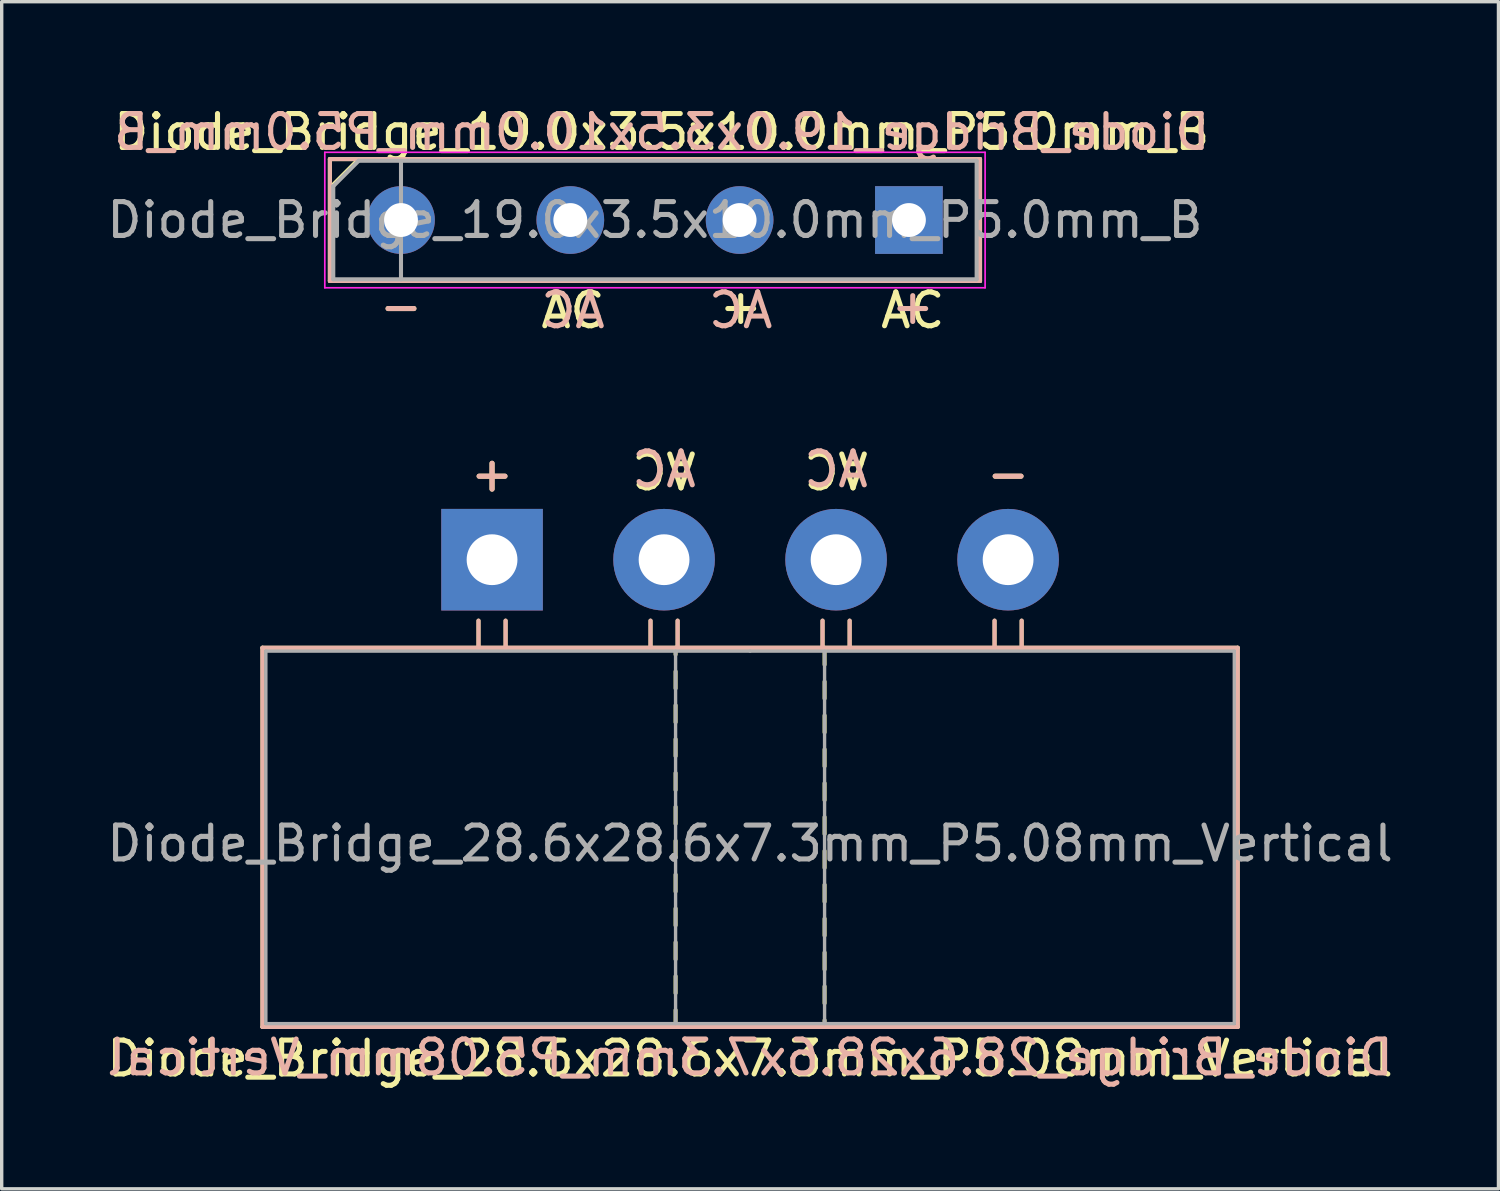
<source format=kicad_pcb>
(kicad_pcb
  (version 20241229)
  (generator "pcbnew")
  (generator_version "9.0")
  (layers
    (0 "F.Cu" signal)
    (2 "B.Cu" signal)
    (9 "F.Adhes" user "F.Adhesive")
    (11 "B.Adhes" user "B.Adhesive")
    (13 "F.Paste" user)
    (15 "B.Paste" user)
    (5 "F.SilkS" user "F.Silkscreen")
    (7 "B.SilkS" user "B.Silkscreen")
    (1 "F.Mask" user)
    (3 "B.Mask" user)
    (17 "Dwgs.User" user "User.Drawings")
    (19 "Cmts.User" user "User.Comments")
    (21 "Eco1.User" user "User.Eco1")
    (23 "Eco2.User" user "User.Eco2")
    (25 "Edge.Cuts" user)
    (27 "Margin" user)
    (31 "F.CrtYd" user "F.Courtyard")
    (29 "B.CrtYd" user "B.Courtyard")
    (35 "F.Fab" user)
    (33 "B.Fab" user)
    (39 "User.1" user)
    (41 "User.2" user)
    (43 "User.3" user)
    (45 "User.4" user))
  (footprint "Diode_Bridge_19.0x3.5x10.0mm_P5.0mm_B"
    (layer "F.Cu")
    (at 23.792 3.448)
    (property "Reference" "Diode_Bridge_19.0x3.5x10.0mm_P5.0mm_B" (at -7.3 -2.6 180) (layer "F.SilkS") (effects (font (size 1 1) (thickness 0.15))))
    (attr through_hole)
    (fp_line (start -17.1 -1.8) (end 2.1 -1.8) (stroke (width 0.12) (type solid)) (layer "F.SilkS"))
    (fp_line (start -17.1 1.8) (end -17.1 -1.8) (stroke (width 0.12) (type solid)) (layer "F.SilkS"))
    (fp_line (start -16.27 -1.778) (end -17.032 -1.016) (stroke (width 0.12) (type solid)) (layer "F.SilkS"))
    (fp_line (start 2.1 -1.8) (end 2.1 1.8) (stroke (width 0.12) (type solid)) (layer "F.SilkS"))
    (fp_line (start 2.1 1.8) (end -17.1 1.8) (stroke (width 0.12) (type solid)) (layer "F.SilkS"))
    (fp_line (start -17.1 -1.8) (end 2.1 -1.8) (stroke (width 0.12) (type solid)) (layer "B.SilkS"))
    (fp_line (start -17.1 1.8) (end -17.1 -1.8) (stroke (width 0.12) (type solid)) (layer "B.SilkS"))
    (fp_line (start 2.1 -1.8) (end 2.1 1.8) (stroke (width 0.12) (type solid)) (layer "B.SilkS"))
    (fp_line (start 2.1 1.8) (end -17.1 1.8) (stroke (width 0.12) (type solid)) (layer "B.SilkS"))
    (fp_line (start -17.25 -2) (end -17.25 2) (stroke (width 0.05) (type solid)) (layer "F.CrtYd"))
    (fp_line (start -17.25 -2) (end 2.25 -2) (stroke (width 0.05) (type solid)) (layer "F.CrtYd"))
    (fp_line (start 2.25 2) (end -17.25 2) (stroke (width 0.05) (type solid)) (layer "F.CrtYd"))
    (fp_line (start 2.25 2) (end 2.25 -2) (stroke (width 0.05) (type solid)) (layer "F.CrtYd"))
    (fp_line (start -17 -1) (end -16.25 -1.75) (stroke (width 0.12) (type solid)) (layer "F.Fab"))
    (fp_line (start -17 1.75) (end -17 -1) (stroke (width 0.12) (type solid)) (layer "F.Fab"))
    (fp_line (start -16.25 -1.75) (end 2 -1.75) (stroke (width 0.12) (type solid)) (layer "F.Fab"))
    (fp_line (start -15 -1.75) (end -15 1.75) (stroke (width 0.12) (type solid)) (layer "F.Fab"))
    (fp_line (start 2 -1.75) (end 2 1.75) (stroke (width 0.12) (type solid)) (layer "F.Fab"))
    (fp_line (start 2 1.75) (end -17 1.75) (stroke (width 0.12) (type solid)) (layer "F.Fab"))
    (fp_text user "AC" (at -9.92 2.667 0) (layer "F.SilkS") (effects (font (size 1 1) (thickness 0.15))))
    (fp_text user "-" (at -15 2.54 0) (layer "F.SilkS") (effects (font (size 1 1) (thickness 0.15))))
    (fp_text user "+" (at -4.967 2.54 0) (layer "F.SilkS") (effects (font (size 1 1) (thickness 0.15))))
    (fp_text user "AC" (at 0.113 2.667 0) (layer "F.SilkS") (effects (font (size 1 1) (thickness 0.15))))
    (fp_text user "AC" (at -9.92 2.667 0) (layer "B.SilkS") (effects (font (size 1 1) (thickness 0.15)) (justify mirror)))
    (fp_text user "-" (at -15 2.54 0) (layer "B.SilkS") (effects (font (size 1 1) (thickness 0.15)) (justify mirror)))
    (fp_text user "+" (at 0.113 2.54 0) (layer "B.SilkS") (effects (font (size 1 1) (thickness 0.15)) (justify mirror)))
    (fp_text user "${REFERENCE}" (at -7.3 -2.6 0) (layer "B.SilkS") (effects (font (size 1 1) (thickness 0.15)) (justify mirror)))
    (fp_text user "AC" (at -4.967 2.667 0) (layer "B.SilkS") (effects (font (size 1 1) (thickness 0.15)) (justify mirror)))
    (fp_text user "${REFERENCE}" (at -7.5 0 180) (layer "F.Fab") (effects (font (size 1 1) (thickness 0.15))))
    (pad "1" thru_hole rect (at 0 0) (size 2 2) (drill 1) (layers "*.Cu" "*.Mask"))
    (pad "2" thru_hole circle (at -5 0) (size 2 2) (drill 1) (layers "*.Cu" "*.Mask"))
    (pad "3" thru_hole circle (at -10 0) (size 2 2) (drill 1) (layers "*.Cu" "*.Mask"))
    (pad "4" thru_hole circle (at -15 0) (size 2 2) (drill 1) (layers "*.Cu" "*.Mask")))
  (footprint "Diode_Bridge_28.6x28.6x7.3mm_P5.08mm_Vertical"
    (layer "F.Cu")
    (at 11.481 13.479)
    (property "Reference" "Diode_Bridge_28.6x28.6x7.3mm_P5.08mm_Vertical" (at 7.62 14.732 0) (unlocked yes) (layer "F.SilkS") (effects (font (size 1 1) (thickness 0.15))))
    (fp_line (start -6.78 2.6) (end -6.78 13.8) (stroke (width 0.12) (type solid)) (layer "F.SilkS"))
    (fp_line (start -6.78 13.8) (end 22.02 13.8) (stroke (width 0.12) (type solid)) (layer "F.SilkS"))
    (fp_line (start -0.4 2.6) (end -0.4 1.8) (stroke (width 0.12) (type solid)) (layer "F.SilkS"))
    (fp_line (start 0.4 2.6) (end 0.4 1.8) (stroke (width 0.12) (type solid)) (layer "F.SilkS"))
    (fp_line (start 4.68 2.6) (end 4.68 1.8) (stroke (width 0.12) (type solid)) (layer "F.SilkS"))
    (fp_line (start 5.42 2.8) (end 5.42 2.6) (stroke (width 0.12) (type solid)) (layer "F.SilkS"))
    (fp_line (start 5.42 3.8) (end 5.42 3.3) (stroke (width 0.12) (type solid)) (layer "F.SilkS"))
    (fp_line (start 5.42 4.8) (end 5.42 4.3) (stroke (width 0.12) (type solid)) (layer "F.SilkS"))
    (fp_line (start 5.42 5.8) (end 5.42 5.3) (stroke (width 0.12) (type solid)) (layer "F.SilkS"))
    (fp_line (start 5.42 6.8) (end 5.42 6.3) (stroke (width 0.12) (type solid)) (layer "F.SilkS"))
    (fp_line (start 5.42 7.8) (end 5.42 7.3) (stroke (width 0.12) (type solid)) (layer "F.SilkS"))
    (fp_line (start 5.42 8.8) (end 5.42 8.3) (stroke (width 0.12) (type solid)) (layer "F.SilkS"))
    (fp_line (start 5.42 9.8) (end 5.42 9.3) (stroke (width 0.12) (type solid)) (layer "F.SilkS"))
    (fp_line (start 5.42 10.8) (end 5.42 10.3) (stroke (width 0.12) (type solid)) (layer "F.SilkS"))
    (fp_line (start 5.42 11.8) (end 5.42 11.3) (stroke (width 0.12) (type solid)) (layer "F.SilkS"))
    (fp_line (start 5.42 12.8) (end 5.42 12.3) (stroke (width 0.12) (type solid)) (layer "F.SilkS"))
    (fp_line (start 5.42 13.8) (end 5.42 13.3) (stroke (width 0.12) (type solid)) (layer "F.SilkS"))
    (fp_line (start 5.48 2.6) (end 5.48 1.8) (stroke (width 0.12) (type solid)) (layer "F.SilkS"))
    (fp_line (start 9.76 2.6) (end 9.76 1.8) (stroke (width 0.12) (type solid)) (layer "F.SilkS"))
    (fp_line (start 9.82 2.6) (end 9.82 3.1) (stroke (width 0.12) (type solid)) (layer "F.SilkS"))
    (fp_line (start 9.82 3.6) (end 9.82 4.1) (stroke (width 0.12) (type solid)) (layer "F.SilkS"))
    (fp_line (start 9.82 4.6) (end 9.82 5.1) (stroke (width 0.12) (type solid)) (layer "F.SilkS"))
    (fp_line (start 9.82 5.6) (end 9.82 6.1) (stroke (width 0.12) (type solid)) (layer "F.SilkS"))
    (fp_line (start 9.82 6.6) (end 9.82 7.1) (stroke (width 0.12) (type solid)) (layer "F.SilkS"))
    (fp_line (start 9.82 7.6) (end 9.82 8.1) (stroke (width 0.12) (type solid)) (layer "F.SilkS"))
    (fp_line (start 9.82 8.6) (end 9.82 9.1) (stroke (width 0.12) (type solid)) (layer "F.SilkS"))
    (fp_line (start 9.82 9.6) (end 9.82 10.1) (stroke (width 0.12) (type solid)) (layer "F.SilkS"))
    (fp_line (start 9.82 10.6) (end 9.82 11.1) (stroke (width 0.12) (type solid)) (layer "F.SilkS"))
    (fp_line (start 9.82 11.6) (end 9.82 12.1) (stroke (width 0.12) (type solid)) (layer "F.SilkS"))
    (fp_line (start 9.82 12.6) (end 9.82 13.1) (stroke (width 0.12) (type solid)) (layer "F.SilkS"))
    (fp_line (start 9.82 13.6) (end 9.82 13.8) (stroke (width 0.12) (type solid)) (layer "F.SilkS"))
    (fp_line (start 10.56 2.6) (end 10.56 1.8) (stroke (width 0.12) (type solid)) (layer "F.SilkS"))
    (fp_line (start 14.84 2.6) (end 14.84 1.8) (stroke (width 0.12) (type solid)) (layer "F.SilkS"))
    (fp_line (start 15.64 2.6) (end 15.64 1.8) (stroke (width 0.12) (type solid)) (layer "F.SilkS"))
    (fp_line (start 22.02 2.6) (end -6.78 2.6) (stroke (width 0.12) (type solid)) (layer "F.SilkS"))
    (fp_line (start 22.02 13.8) (end 22.02 2.6) (stroke (width 0.12) (type solid)) (layer "F.SilkS"))
    (fp_line (start -6.78 2.6) (end -6.78 13.8) (stroke (width 0.12) (type solid)) (layer "B.SilkS"))
    (fp_line (start -6.78 13.8) (end 22.02 13.8) (stroke (width 0.12) (type solid)) (layer "B.SilkS"))
    (fp_line (start -0.4 2.6) (end -0.4 1.8) (stroke (width 0.12) (type solid)) (layer "B.SilkS"))
    (fp_line (start 0.4 2.6) (end 0.4 1.8) (stroke (width 0.12) (type solid)) (layer "B.SilkS"))
    (fp_line (start 4.68 2.6) (end 4.68 1.8) (stroke (width 0.12) (type solid)) (layer "B.SilkS"))
    (fp_line (start 5.48 2.6) (end 5.48 1.8) (stroke (width 0.12) (type solid)) (layer "B.SilkS"))
    (fp_line (start 9.76 2.6) (end 9.76 1.8) (stroke (width 0.12) (type solid)) (layer "B.SilkS"))
    (fp_line (start 10.56 2.6) (end 10.56 1.8) (stroke (width 0.12) (type solid)) (layer "B.SilkS"))
    (fp_line (start 14.84 2.6) (end 14.84 1.8) (stroke (width 0.12) (type solid)) (layer "B.SilkS"))
    (fp_line (start 15.64 2.6) (end 15.64 1.8) (stroke (width 0.12) (type solid)) (layer "B.SilkS"))
    (fp_line (start 22.02 2.6) (end -6.78 2.6) (stroke (width 0.12) (type solid)) (layer "B.SilkS"))
    (fp_line (start 22.02 13.8) (end 22.02 2.6) (stroke (width 0.12) (type solid)) (layer "B.SilkS"))
    (fp_line (start -6.68 13.7) (end -6.68 2.7) (stroke (width 0.1) (type solid)) (layer "F.Fab"))
    (fp_line (start 5.42 2.7) (end 5.42 13.7) (stroke (width 0.1) (type solid)) (layer "F.Fab"))
    (fp_line (start 7.62 2.7) (end -6.68 2.7) (stroke (width 0.1) (type solid)) (layer "F.Fab"))
    (fp_line (start 7.62 2.7) (end 21.92 2.7) (stroke (width 0.1) (type solid)) (layer "F.Fab"))
    (fp_line (start 9.82 2.7) (end 9.82 13.7) (stroke (width 0.1) (type solid)) (layer "F.Fab"))
    (fp_line (start 21.92 2.7) (end 21.92 13.7) (stroke (width 0.1) (type solid)) (layer "F.Fab"))
    (fp_line (start 21.92 13.7) (end -6.68 13.7) (stroke (width 0.1) (type solid)) (layer "F.Fab"))
    (fp_text user "+" (at 0 -2.54 180) (layer "F.SilkS") (effects (font (size 1 1) (thickness 0.15))))
    (fp_text user "AC" (at 5.08 -2.667 180) (unlocked yes) (layer "F.SilkS") (effects (font (size 1 1) (thickness 0.15))))
    (fp_text user "-" (at 15.24 -2.54 180) (layer "F.SilkS") (effects (font (size 1 1) (thickness 0.15))))
    (fp_text user "AC" (at 10.16 -2.667 180) (unlocked yes) (layer "F.SilkS") (effects (font (size 1 1) (thickness 0.15))))
    (fp_text user "AC" (at 5.08 -2.667 0) (unlocked yes) (layer "B.SilkS") (effects (font (size 1 1) (thickness 0.15)) (justify mirror)))
    (fp_text user "+" (at 0 -2.54 0) (layer "B.SilkS") (effects (font (size 1 1) (thickness 0.15)) (justify mirror)))
    (fp_text user "-" (at 15.24 -2.54 0) (layer "B.SilkS") (effects (font (size 1 1) (thickness 0.15)) (justify mirror)))
    (fp_text user "${REFERENCE}" (at 7.62 14.7 0) (layer "B.SilkS") (effects (font (size 1 1) (thickness 0.15)) (justify mirror)))
    (fp_text user "AC" (at 10.16 -2.667 0) (unlocked yes) (layer "B.SilkS") (effects (font (size 1 1) (thickness 0.15)) (justify mirror)))
    (fp_text user "${REFERENCE}" (at 7.62 8.382 0) (layer "F.Fab") (effects (font (size 1 1) (thickness 0.15))))
    (pad "1" thru_hole rect (at 0 0) (size 3 3) (drill 1.5) (layers "*.Cu" "*.Mask"))
    (pad "2" thru_hole circle (at 5.08 0) (size 3 3) (drill 1.5) (layers "*.Cu" "*.Mask"))
    (pad "3" thru_hole circle (at 10.16 0) (size 3 3) (drill 1.5) (layers "*.Cu" "*.Mask"))
    (pad "4" thru_hole circle (at 15.24 0) (size 3 3) (drill 1.5) (layers "*.Cu" "*.Mask")))
  (gr_rect
    (start -3 -3)
    (end 41.202 32.059)
    (stroke (width 0.1) (type default))
    (fill no)
    (layer "Edge.Cuts")))
</source>
